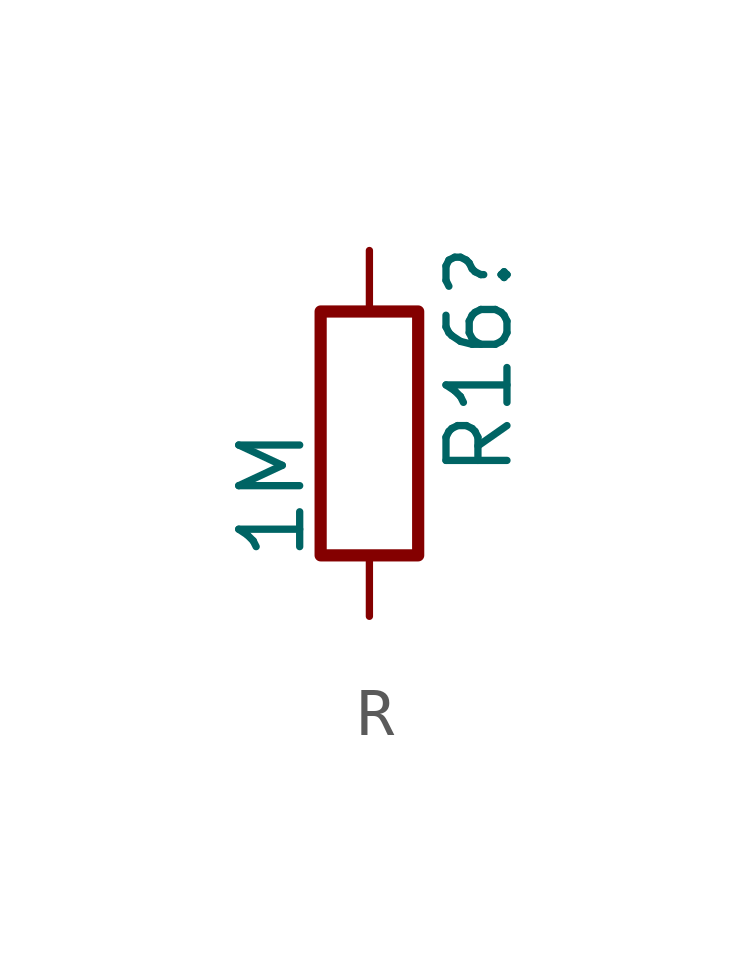
<source format=kicad_sym>
(kicad_symbol_lib
  (version 20231120)
  (generator "kicad_symbol_editor")
  (generator_version "8.0")
  (symbol "R"
    (pin_numbers hide)
    (pin_names
      (offset 0))
    (property "Reference" "R16"
      (at 2.286 1.524 90)
      (effects (font (size 1.27 1.27))))
    (property "Value" "1M"
      (at -2.032 -1.27 90)
      (effects (font (size 1.27 1.27))))
    (symbol "R_0_1"
      (rectangle (start -1.016 -2.54) (end 1.016 2.54) (stroke (width 0.254) (type default)) (fill (type none))))
    (symbol "R_1_1"
      (pin passive line (at 0 3.81 270) (length 1.27) (name "~" (effects (font (size 1.27 1.27)))) (number "1" (effects (font (size 1.27 1.27)))))
      (pin passive line (at 0 -3.81 90) (length 1.27) (name "~" (effects (font (size 1.27 1.27)))) (number "2" (effects (font (size 1.27 1.27))))))))
</source>
